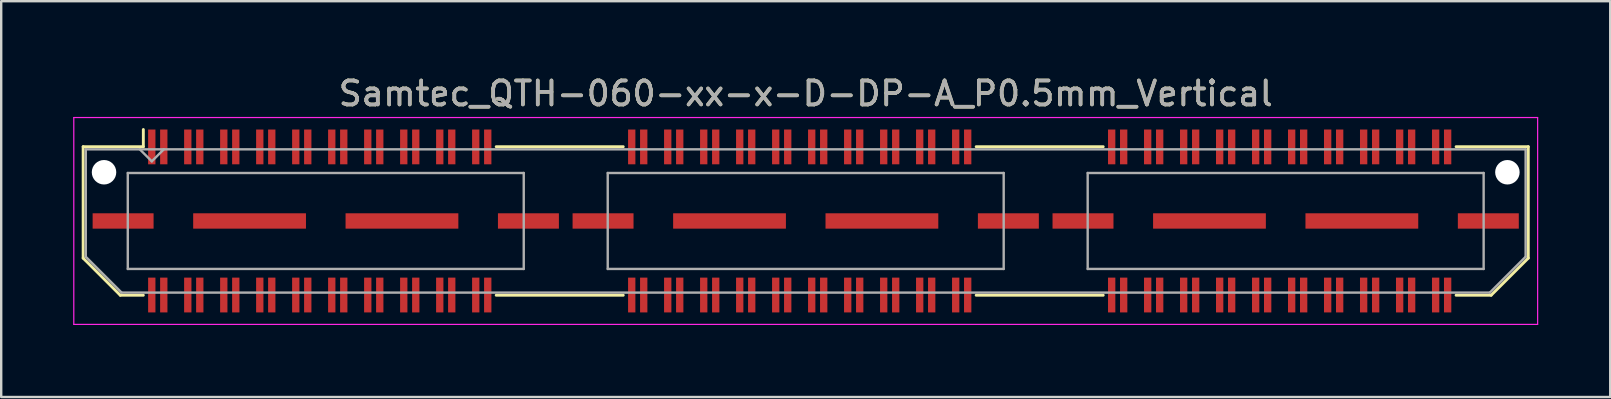
<source format=kicad_pcb>
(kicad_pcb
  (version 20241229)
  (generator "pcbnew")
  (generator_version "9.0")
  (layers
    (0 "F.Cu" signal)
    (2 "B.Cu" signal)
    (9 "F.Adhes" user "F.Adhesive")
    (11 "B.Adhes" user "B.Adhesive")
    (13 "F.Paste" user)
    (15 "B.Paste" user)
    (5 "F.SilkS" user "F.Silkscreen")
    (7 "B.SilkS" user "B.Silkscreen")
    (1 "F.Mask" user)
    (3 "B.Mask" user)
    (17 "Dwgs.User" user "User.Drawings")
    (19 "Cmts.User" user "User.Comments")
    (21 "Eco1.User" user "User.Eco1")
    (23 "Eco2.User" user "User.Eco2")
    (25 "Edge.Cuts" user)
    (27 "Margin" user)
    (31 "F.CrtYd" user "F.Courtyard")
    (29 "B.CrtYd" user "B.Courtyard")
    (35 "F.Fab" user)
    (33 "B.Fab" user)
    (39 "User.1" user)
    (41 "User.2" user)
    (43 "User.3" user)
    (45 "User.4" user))
  (footprint "Samtec_QTH-060-xx-x-D-DP-A_P0.5mm_Vertical"
    (layer "F.Cu")
    (at 30.525 6.158)
    (property "Reference" "Samtec_QTH-060-xx-x-D-DP-A_P0.5mm_Vertical" (at 0 -5.31 0) (layer "F.SilkS") (effects (font (size 1 1) (thickness 0.15))))
    (attr smd)
    (fp_line (start -30.11 -3.095) (end -30.11 1.548) (stroke (width 0.12) (type solid)) (layer "F.SilkS"))
    (fp_line (start -30.11 1.548) (end -28.562 3.095) (stroke (width 0.12) (type solid)) (layer "F.SilkS"))
    (fp_line (start -28.562 3.095) (end -27.602 3.095) (stroke (width 0.12) (type solid)) (layer "F.SilkS"))
    (fp_line (start -27.602 -3.811) (end -27.602 -3.095) (stroke (width 0.12) (type solid)) (layer "F.SilkS"))
    (fp_line (start -27.602 -3.095) (end -30.11 -3.095) (stroke (width 0.12) (type solid)) (layer "F.SilkS"))
    (fp_line (start -12.898 -3.095) (end -7.603 -3.095) (stroke (width 0.12) (type solid)) (layer "F.SilkS"))
    (fp_line (start -12.898 3.095) (end -7.603 3.095) (stroke (width 0.12) (type solid)) (layer "F.SilkS"))
    (fp_line (start 7.103 -3.095) (end 12.398 -3.095) (stroke (width 0.12) (type solid)) (layer "F.SilkS"))
    (fp_line (start 7.103 3.095) (end 12.398 3.095) (stroke (width 0.12) (type solid)) (layer "F.SilkS"))
    (fp_line (start 27.102 -3.095) (end 30.11 -3.095) (stroke (width 0.12) (type solid)) (layer "F.SilkS"))
    (fp_line (start 28.562 3.095) (end 27.102 3.095) (stroke (width 0.12) (type solid)) (layer "F.SilkS"))
    (fp_line (start 30.11 -3.095) (end 30.11 1.548) (stroke (width 0.12) (type solid)) (layer "F.SilkS"))
    (fp_line (start 30.11 1.548) (end 28.562 3.095) (stroke (width 0.12) (type solid)) (layer "F.SilkS"))
    (fp_line (start -30.5 -4.31) (end -30.5 4.31) (stroke (width 0.05) (type solid)) (layer "F.CrtYd"))
    (fp_line (start -30.5 4.31) (end 30.5 4.31) (stroke (width 0.05) (type solid)) (layer "F.CrtYd"))
    (fp_line (start 30.5 -4.31) (end -30.5 -4.31) (stroke (width 0.05) (type solid)) (layer "F.CrtYd"))
    (fp_line (start 30.5 4.31) (end 30.5 -4.31) (stroke (width 0.05) (type solid)) (layer "F.CrtYd"))
    (fp_line (start -30 -2.985) (end -30 1.492) (stroke (width 0.1) (type solid)) (layer "F.Fab"))
    (fp_line (start -30 -2.985) (end 30 -2.985) (stroke (width 0.1) (type solid)) (layer "F.Fab"))
    (fp_line (start -30 1.492) (end -28.508 2.985) (stroke (width 0.1) (type solid)) (layer "F.Fab"))
    (fp_line (start -28.508 2.985) (end 28.508 2.985) (stroke (width 0.1) (type solid)) (layer "F.Fab"))
    (fp_line (start -28.25 -2) (end -28.25 2) (stroke (width 0.1) (type solid)) (layer "F.Fab"))
    (fp_line (start -28.25 2) (end -11.75 2) (stroke (width 0.1) (type solid)) (layer "F.Fab"))
    (fp_line (start -27.25 -2.485) (end -27.75 -2.985) (stroke (width 0.1) (type solid)) (layer "F.Fab"))
    (fp_line (start -26.75 -2.985) (end -27.25 -2.485) (stroke (width 0.1) (type solid)) (layer "F.Fab"))
    (fp_line (start -11.75 -2) (end -28.25 -2) (stroke (width 0.1) (type solid)) (layer "F.Fab"))
    (fp_line (start -11.75 2) (end -11.75 -2) (stroke (width 0.1) (type solid)) (layer "F.Fab"))
    (fp_line (start -8.25 -2) (end -8.25 2) (stroke (width 0.1) (type solid)) (layer "F.Fab"))
    (fp_line (start -8.25 2) (end 8.25 2) (stroke (width 0.1) (type solid)) (layer "F.Fab"))
    (fp_line (start 8.25 -2) (end -8.25 -2) (stroke (width 0.1) (type solid)) (layer "F.Fab"))
    (fp_line (start 8.25 2) (end 8.25 -2) (stroke (width 0.1) (type solid)) (layer "F.Fab"))
    (fp_line (start 11.75 -2) (end 11.75 2) (stroke (width 0.1) (type solid)) (layer "F.Fab"))
    (fp_line (start 11.75 2) (end 28.25 2) (stroke (width 0.1) (type solid)) (layer "F.Fab"))
    (fp_line (start 28.25 -2) (end 11.75 -2) (stroke (width 0.1) (type solid)) (layer "F.Fab"))
    (fp_line (start 28.25 2) (end 28.25 -2) (stroke (width 0.1) (type solid)) (layer "F.Fab"))
    (fp_line (start 30 -2.985) (end 30 1.492) (stroke (width 0.1) (type solid)) (layer "F.Fab"))
    (fp_line (start 30 1.492) (end 28.508 2.985) (stroke (width 0.1) (type solid)) (layer "F.Fab"))
    (fp_text user "${REFERENCE}" (at 0 -5.31 0) (layer "F.Fab") (effects (font (size 1 1) (thickness 0.15))))
    (pad "" np_thru_hole circle (at -29.24 -2.03) (size 1.02 1.02) (drill 1.02) (layers "*.Cu" "*.Mask"))
    (pad "" np_thru_hole circle (at 29.24 -2.03) (size 1.02 1.02) (drill 1.02) (layers "*.Cu" "*.Mask"))
    (pad "1" smd rect (at -27.25 -3.086) (size 0.305 1.45) (layers "F.Cu" "F.Mask" "F.Paste"))
    (pad "2" smd rect (at -27.25 3.086) (size 0.305 1.45) (layers "F.Cu" "F.Mask" "F.Paste"))
    (pad "3" smd rect (at -26.75 -3.086) (size 0.305 1.45) (layers "F.Cu" "F.Mask" "F.Paste"))
    (pad "4" smd rect (at -26.75 3.086) (size 0.305 1.45) (layers "F.Cu" "F.Mask" "F.Paste"))
    (pad "5" smd rect (at -25.75 -3.086) (size 0.305 1.45) (layers "F.Cu" "F.Mask" "F.Paste"))
    (pad "6" smd rect (at -25.75 3.086) (size 0.305 1.45) (layers "F.Cu" "F.Mask" "F.Paste"))
    (pad "7" smd rect (at -25.25 -3.086) (size 0.305 1.45) (layers "F.Cu" "F.Mask" "F.Paste"))
    (pad "8" smd rect (at -25.25 3.086) (size 0.305 1.45) (layers "F.Cu" "F.Mask" "F.Paste"))
    (pad "9" smd rect (at -24.25 -3.086) (size 0.305 1.45) (layers "F.Cu" "F.Mask" "F.Paste"))
    (pad "10" smd rect (at -24.25 3.086) (size 0.305 1.45) (layers "F.Cu" "F.Mask" "F.Paste"))
    (pad "11" smd rect (at -23.75 -3.086) (size 0.305 1.45) (layers "F.Cu" "F.Mask" "F.Paste"))
    (pad "12" smd rect (at -23.75 3.086) (size 0.305 1.45) (layers "F.Cu" "F.Mask" "F.Paste"))
    (pad "13" smd rect (at -22.75 -3.086) (size 0.305 1.45) (layers "F.Cu" "F.Mask" "F.Paste"))
    (pad "14" smd rect (at -22.75 3.086) (size 0.305 1.45) (layers "F.Cu" "F.Mask" "F.Paste"))
    (pad "15" smd rect (at -22.25 -3.086) (size 0.305 1.45) (layers "F.Cu" "F.Mask" "F.Paste"))
    (pad "16" smd rect (at -22.25 3.086) (size 0.305 1.45) (layers "F.Cu" "F.Mask" "F.Paste"))
    (pad "17" smd rect (at -21.25 -3.086) (size 0.305 1.45) (layers "F.Cu" "F.Mask" "F.Paste"))
    (pad "18" smd rect (at -21.25 3.086) (size 0.305 1.45) (layers "F.Cu" "F.Mask" "F.Paste"))
    (pad "19" smd rect (at -20.75 -3.086) (size 0.305 1.45) (layers "F.Cu" "F.Mask" "F.Paste"))
    (pad "20" smd rect (at -20.75 3.086) (size 0.305 1.45) (layers "F.Cu" "F.Mask" "F.Paste"))
    (pad "21" smd rect (at -19.75 -3.086) (size 0.305 1.45) (layers "F.Cu" "F.Mask" "F.Paste"))
    (pad "22" smd rect (at -19.75 3.086) (size 0.305 1.45) (layers "F.Cu" "F.Mask" "F.Paste"))
    (pad "23" smd rect (at -19.25 -3.086) (size 0.305 1.45) (layers "F.Cu" "F.Mask" "F.Paste"))
    (pad "24" smd rect (at -19.25 3.086) (size 0.305 1.45) (layers "F.Cu" "F.Mask" "F.Paste"))
    (pad "25" smd rect (at -18.25 -3.086) (size 0.305 1.45) (layers "F.Cu" "F.Mask" "F.Paste"))
    (pad "26" smd rect (at -18.25 3.086) (size 0.305 1.45) (layers "F.Cu" "F.Mask" "F.Paste"))
    (pad "27" smd rect (at -17.75 -3.086) (size 0.305 1.45) (layers "F.Cu" "F.Mask" "F.Paste"))
    (pad "28" smd rect (at -17.75 3.086) (size 0.305 1.45) (layers "F.Cu" "F.Mask" "F.Paste"))
    (pad "29" smd rect (at -16.75 -3.086) (size 0.305 1.45) (layers "F.Cu" "F.Mask" "F.Paste"))
    (pad "30" smd rect (at -16.75 3.086) (size 0.305 1.45) (layers "F.Cu" "F.Mask" "F.Paste"))
    (pad "31" smd rect (at -16.25 -3.086) (size 0.305 1.45) (layers "F.Cu" "F.Mask" "F.Paste"))
    (pad "32" smd rect (at -16.25 3.086) (size 0.305 1.45) (layers "F.Cu" "F.Mask" "F.Paste"))
    (pad "33" smd rect (at -15.25 -3.086) (size 0.305 1.45) (layers "F.Cu" "F.Mask" "F.Paste"))
    (pad "34" smd rect (at -15.25 3.086) (size 0.305 1.45) (layers "F.Cu" "F.Mask" "F.Paste"))
    (pad "35" smd rect (at -14.75 -3.086) (size 0.305 1.45) (layers "F.Cu" "F.Mask" "F.Paste"))
    (pad "36" smd rect (at -14.75 3.086) (size 0.305 1.45) (layers "F.Cu" "F.Mask" "F.Paste"))
    (pad "37" smd rect (at -13.75 -3.086) (size 0.305 1.45) (layers "F.Cu" "F.Mask" "F.Paste"))
    (pad "38" smd rect (at -13.75 3.086) (size 0.305 1.45) (layers "F.Cu" "F.Mask" "F.Paste"))
    (pad "39" smd rect (at -13.25 -3.086) (size 0.305 1.45) (layers "F.Cu" "F.Mask" "F.Paste"))
    (pad "40" smd rect (at -13.25 3.086) (size 0.305 1.45) (layers "F.Cu" "F.Mask" "F.Paste"))
    (pad "41" smd rect (at -7.25 -3.086) (size 0.305 1.45) (layers "F.Cu" "F.Mask" "F.Paste"))
    (pad "42" smd rect (at -7.25 3.086) (size 0.305 1.45) (layers "F.Cu" "F.Mask" "F.Paste"))
    (pad "43" smd rect (at -6.75 -3.086) (size 0.305 1.45) (layers "F.Cu" "F.Mask" "F.Paste"))
    (pad "44" smd rect (at -6.75 3.086) (size 0.305 1.45) (layers "F.Cu" "F.Mask" "F.Paste"))
    (pad "45" smd rect (at -5.75 -3.086) (size 0.305 1.45) (layers "F.Cu" "F.Mask" "F.Paste"))
    (pad "46" smd rect (at -5.75 3.086) (size 0.305 1.45) (layers "F.Cu" "F.Mask" "F.Paste"))
    (pad "47" smd rect (at -5.25 -3.086) (size 0.305 1.45) (layers "F.Cu" "F.Mask" "F.Paste"))
    (pad "48" smd rect (at -5.25 3.086) (size 0.305 1.45) (layers "F.Cu" "F.Mask" "F.Paste"))
    (pad "49" smd rect (at -4.25 -3.086) (size 0.305 1.45) (layers "F.Cu" "F.Mask" "F.Paste"))
    (pad "50" smd rect (at -4.25 3.086) (size 0.305 1.45) (layers "F.Cu" "F.Mask" "F.Paste"))
    (pad "51" smd rect (at -3.75 -3.086) (size 0.305 1.45) (layers "F.Cu" "F.Mask" "F.Paste"))
    (pad "52" smd rect (at -3.75 3.086) (size 0.305 1.45) (layers "F.Cu" "F.Mask" "F.Paste"))
    (pad "53" smd rect (at -2.75 -3.086) (size 0.305 1.45) (layers "F.Cu" "F.Mask" "F.Paste"))
    (pad "54" smd rect (at -2.75 3.086) (size 0.305 1.45) (layers "F.Cu" "F.Mask" "F.Paste"))
    (pad "55" smd rect (at -2.25 -3.086) (size 0.305 1.45) (layers "F.Cu" "F.Mask" "F.Paste"))
    (pad "56" smd rect (at -2.25 3.086) (size 0.305 1.45) (layers "F.Cu" "F.Mask" "F.Paste"))
    (pad "57" smd rect (at -1.25 -3.086) (size 0.305 1.45) (layers "F.Cu" "F.Mask" "F.Paste"))
    (pad "58" smd rect (at -1.25 3.086) (size 0.305 1.45) (layers "F.Cu" "F.Mask" "F.Paste"))
    (pad "59" smd rect (at -0.75 -3.086) (size 0.305 1.45) (layers "F.Cu" "F.Mask" "F.Paste"))
    (pad "60" smd rect (at -0.75 3.086) (size 0.305 1.45) (layers "F.Cu" "F.Mask" "F.Paste"))
    (pad "61" smd rect (at 0.25 -3.086) (size 0.305 1.45) (layers "F.Cu" "F.Mask" "F.Paste"))
    (pad "62" smd rect (at 0.25 3.086) (size 0.305 1.45) (layers "F.Cu" "F.Mask" "F.Paste"))
    (pad "63" smd rect (at 0.75 -3.086) (size 0.305 1.45) (layers "F.Cu" "F.Mask" "F.Paste"))
    (pad "64" smd rect (at 0.75 3.086) (size 0.305 1.45) (layers "F.Cu" "F.Mask" "F.Paste"))
    (pad "65" smd rect (at 1.75 -3.086) (size 0.305 1.45) (layers "F.Cu" "F.Mask" "F.Paste"))
    (pad "66" smd rect (at 1.75 3.086) (size 0.305 1.45) (layers "F.Cu" "F.Mask" "F.Paste"))
    (pad "67" smd rect (at 2.25 -3.086) (size 0.305 1.45) (layers "F.Cu" "F.Mask" "F.Paste"))
    (pad "68" smd rect (at 2.25 3.086) (size 0.305 1.45) (layers "F.Cu" "F.Mask" "F.Paste"))
    (pad "69" smd rect (at 3.25 -3.086) (size 0.305 1.45) (layers "F.Cu" "F.Mask" "F.Paste"))
    (pad "70" smd rect (at 3.25 3.086) (size 0.305 1.45) (layers "F.Cu" "F.Mask" "F.Paste"))
    (pad "71" smd rect (at 3.75 -3.086) (size 0.305 1.45) (layers "F.Cu" "F.Mask" "F.Paste"))
    (pad "72" smd rect (at 3.75 3.086) (size 0.305 1.45) (layers "F.Cu" "F.Mask" "F.Paste"))
    (pad "73" smd rect (at 4.75 -3.086) (size 0.305 1.45) (layers "F.Cu" "F.Mask" "F.Paste"))
    (pad "74" smd rect (at 4.75 3.086) (size 0.305 1.45) (layers "F.Cu" "F.Mask" "F.Paste"))
    (pad "75" smd rect (at 5.25 -3.086) (size 0.305 1.45) (layers "F.Cu" "F.Mask" "F.Paste"))
    (pad "76" smd rect (at 5.25 3.086) (size 0.305 1.45) (layers "F.Cu" "F.Mask" "F.Paste"))
    (pad "77" smd rect (at 6.25 -3.086) (size 0.305 1.45) (layers "F.Cu" "F.Mask" "F.Paste"))
    (pad "78" smd rect (at 6.25 3.086) (size 0.305 1.45) (layers "F.Cu" "F.Mask" "F.Paste"))
    (pad "79" smd rect (at 6.75 -3.086) (size 0.305 1.45) (layers "F.Cu" "F.Mask" "F.Paste"))
    (pad "80" smd rect (at 6.75 3.086) (size 0.305 1.45) (layers "F.Cu" "F.Mask" "F.Paste"))
    (pad "81" smd rect (at 12.75 -3.086) (size 0.305 1.45) (layers "F.Cu" "F.Mask" "F.Paste"))
    (pad "82" smd rect (at 12.75 3.086) (size 0.305 1.45) (layers "F.Cu" "F.Mask" "F.Paste"))
    (pad "83" smd rect (at 13.25 -3.086) (size 0.305 1.45) (layers "F.Cu" "F.Mask" "F.Paste"))
    (pad "84" smd rect (at 13.25 3.086) (size 0.305 1.45) (layers "F.Cu" "F.Mask" "F.Paste"))
    (pad "85" smd rect (at 14.25 -3.086) (size 0.305 1.45) (layers "F.Cu" "F.Mask" "F.Paste"))
    (pad "86" smd rect (at 14.25 3.086) (size 0.305 1.45) (layers "F.Cu" "F.Mask" "F.Paste"))
    (pad "87" smd rect (at 14.75 -3.086) (size 0.305 1.45) (layers "F.Cu" "F.Mask" "F.Paste"))
    (pad "88" smd rect (at 14.75 3.086) (size 0.305 1.45) (layers "F.Cu" "F.Mask" "F.Paste"))
    (pad "89" smd rect (at 15.75 -3.086) (size 0.305 1.45) (layers "F.Cu" "F.Mask" "F.Paste"))
    (pad "90" smd rect (at 15.75 3.086) (size 0.305 1.45) (layers "F.Cu" "F.Mask" "F.Paste"))
    (pad "91" smd rect (at 16.25 -3.086) (size 0.305 1.45) (layers "F.Cu" "F.Mask" "F.Paste"))
    (pad "92" smd rect (at 16.25 3.086) (size 0.305 1.45) (layers "F.Cu" "F.Mask" "F.Paste"))
    (pad "93" smd rect (at 17.25 -3.086) (size 0.305 1.45) (layers "F.Cu" "F.Mask" "F.Paste"))
    (pad "94" smd rect (at 17.25 3.086) (size 0.305 1.45) (layers "F.Cu" "F.Mask" "F.Paste"))
    (pad "95" smd rect (at 17.75 -3.086) (size 0.305 1.45) (layers "F.Cu" "F.Mask" "F.Paste"))
    (pad "96" smd rect (at 17.75 3.086) (size 0.305 1.45) (layers "F.Cu" "F.Mask" "F.Paste"))
    (pad "97" smd rect (at 18.75 -3.086) (size 0.305 1.45) (layers "F.Cu" "F.Mask" "F.Paste"))
    (pad "98" smd rect (at 18.75 3.086) (size 0.305 1.45) (layers "F.Cu" "F.Mask" "F.Paste"))
    (pad "99" smd rect (at 19.25 -3.086) (size 0.305 1.45) (layers "F.Cu" "F.Mask" "F.Paste"))
    (pad "100" smd rect (at 19.25 3.086) (size 0.305 1.45) (layers "F.Cu" "F.Mask" "F.Paste"))
    (pad "101" smd rect (at 20.25 -3.086) (size 0.305 1.45) (layers "F.Cu" "F.Mask" "F.Paste"))
    (pad "102" smd rect (at 20.25 3.086) (size 0.305 1.45) (layers "F.Cu" "F.Mask" "F.Paste"))
    (pad "103" smd rect (at 20.75 -3.086) (size 0.305 1.45) (layers "F.Cu" "F.Mask" "F.Paste"))
    (pad "104" smd rect (at 20.75 3.086) (size 0.305 1.45) (layers "F.Cu" "F.Mask" "F.Paste"))
    (pad "105" smd rect (at 21.75 -3.086) (size 0.305 1.45) (layers "F.Cu" "F.Mask" "F.Paste"))
    (pad "106" smd rect (at 21.75 3.086) (size 0.305 1.45) (layers "F.Cu" "F.Mask" "F.Paste"))
    (pad "107" smd rect (at 22.25 -3.086) (size 0.305 1.45) (layers "F.Cu" "F.Mask" "F.Paste"))
    (pad "108" smd rect (at 22.25 3.086) (size 0.305 1.45) (layers "F.Cu" "F.Mask" "F.Paste"))
    (pad "109" smd rect (at 23.25 -3.086) (size 0.305 1.45) (layers "F.Cu" "F.Mask" "F.Paste"))
    (pad "110" smd rect (at 23.25 3.086) (size 0.305 1.45) (layers "F.Cu" "F.Mask" "F.Paste"))
    (pad "111" smd rect (at 23.75 -3.086) (size 0.305 1.45) (layers "F.Cu" "F.Mask" "F.Paste"))
    (pad "112" smd rect (at 23.75 3.086) (size 0.305 1.45) (layers "F.Cu" "F.Mask" "F.Paste"))
    (pad "113" smd rect (at 24.75 -3.086) (size 0.305 1.45) (layers "F.Cu" "F.Mask" "F.Paste"))
    (pad "114" smd rect (at 24.75 3.086) (size 0.305 1.45) (layers "F.Cu" "F.Mask" "F.Paste"))
    (pad "115" smd rect (at 25.25 -3.086) (size 0.305 1.45) (layers "F.Cu" "F.Mask" "F.Paste"))
    (pad "116" smd rect (at 25.25 3.086) (size 0.305 1.45) (layers "F.Cu" "F.Mask" "F.Paste"))
    (pad "117" smd rect (at 26.25 -3.086) (size 0.305 1.45) (layers "F.Cu" "F.Mask" "F.Paste"))
    (pad "118" smd rect (at 26.25 3.086) (size 0.305 1.45) (layers "F.Cu" "F.Mask" "F.Paste"))
    (pad "119" smd rect (at 26.75 -3.086) (size 0.305 1.45) (layers "F.Cu" "F.Mask" "F.Paste"))
    (pad "120" smd rect (at 26.75 3.086) (size 0.305 1.45) (layers "F.Cu" "F.Mask" "F.Paste"))
    (pad "P1" smd rect (at -28.445 0) (size 2.54 0.64) (layers "F.Cu" "F.Mask" "F.Paste"))
    (pad "P1" smd rect (at -23.175 0) (size 4.7 0.64) (layers "F.Cu" "F.Mask" "F.Paste"))
    (pad "P1" smd rect (at -16.825 0) (size 4.7 0.64) (layers "F.Cu" "F.Mask" "F.Paste"))
    (pad "P1" smd rect (at -11.555 0) (size 2.54 0.64) (layers "F.Cu" "F.Mask" "F.Paste"))
    (pad "P2" smd rect (at -8.445 0) (size 2.54 0.64) (layers "F.Cu" "F.Mask" "F.Paste"))
    (pad "P2" smd rect (at -3.175 0) (size 4.7 0.64) (layers "F.Cu" "F.Mask" "F.Paste"))
    (pad "P2" smd rect (at 3.175 0) (size 4.7 0.64) (layers "F.Cu" "F.Mask" "F.Paste"))
    (pad "P2" smd rect (at 8.445 0) (size 2.54 0.64) (layers "F.Cu" "F.Mask" "F.Paste"))
    (pad "P3" smd rect (at 11.555 0) (size 2.54 0.64) (layers "F.Cu" "F.Mask" "F.Paste"))
    (pad "P3" smd rect (at 16.825 0) (size 4.7 0.64) (layers "F.Cu" "F.Mask" "F.Paste"))
    (pad "P3" smd rect (at 23.175 0) (size 4.7 0.64) (layers "F.Cu" "F.Mask" "F.Paste"))
    (pad "P3" smd rect (at 28.445 0) (size 2.54 0.64) (layers "F.Cu" "F.Mask" "F.Paste")))
  (gr_rect
    (start -3 -3)
    (end 64.05 13.493)
    (stroke (width 0.1) (type default))
    (fill no)
    (layer "Edge.Cuts")))
</source>
